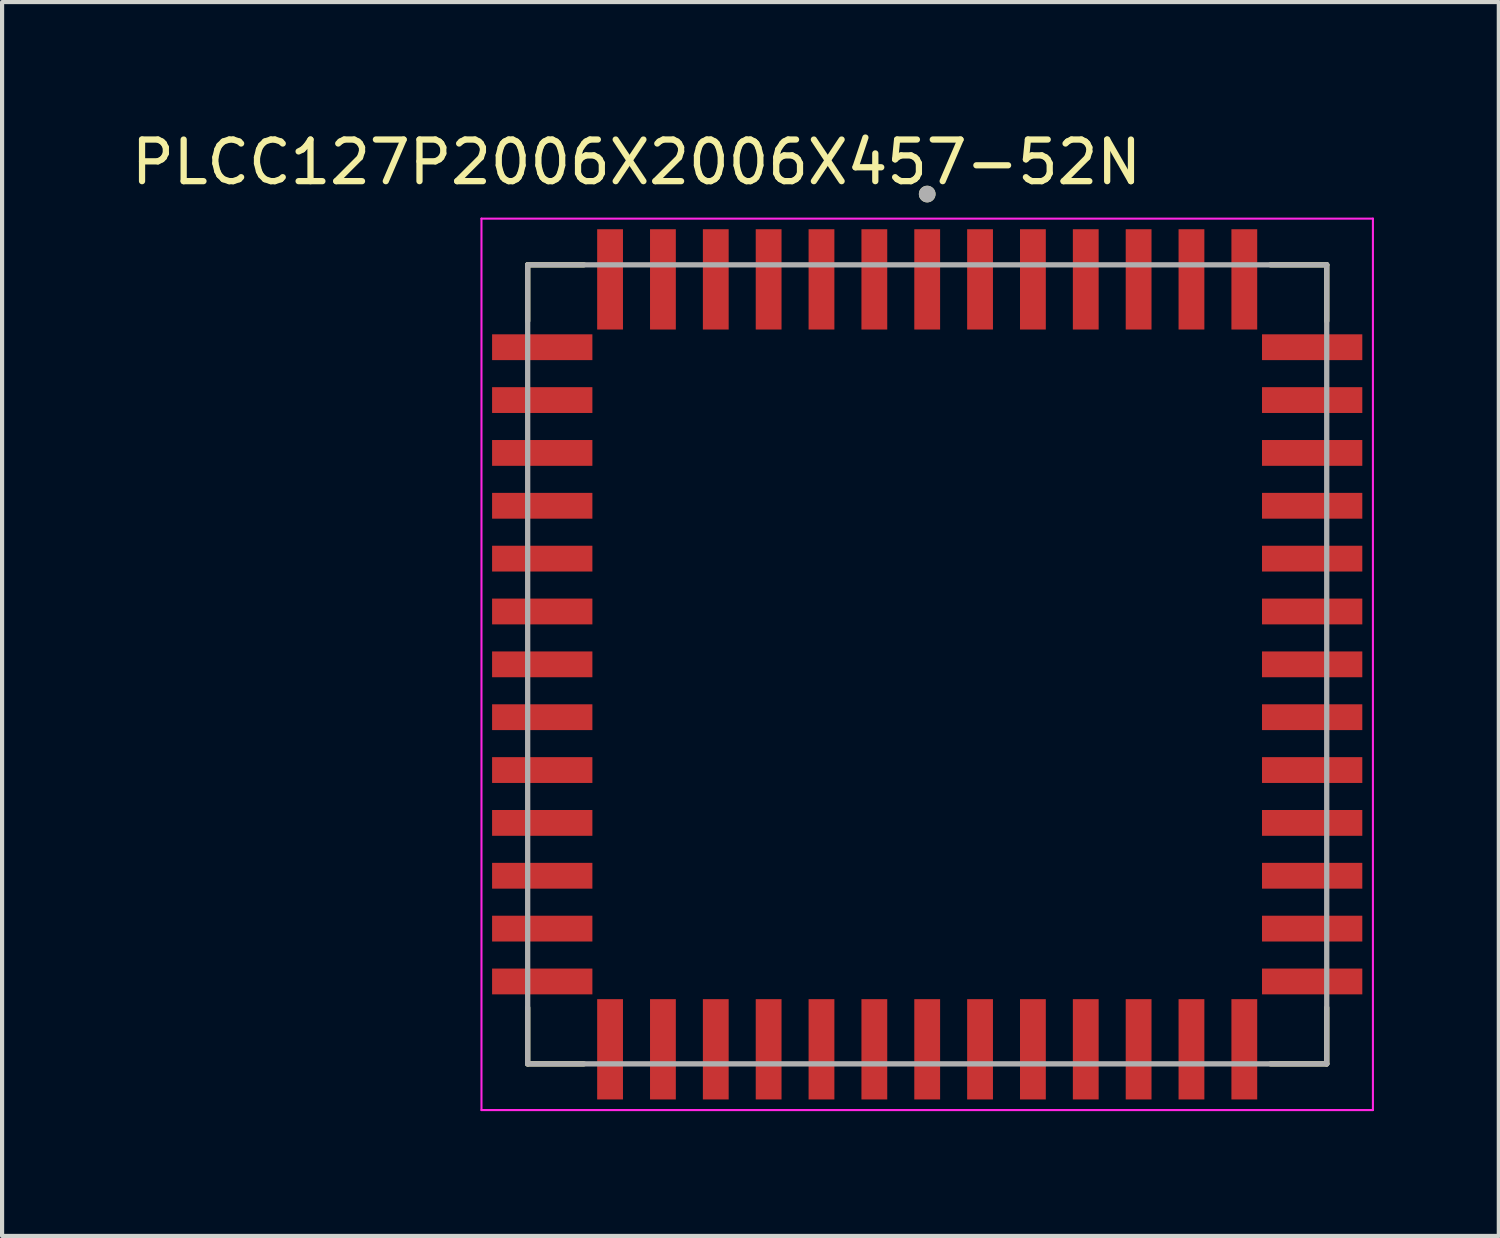
<source format=kicad_pcb>
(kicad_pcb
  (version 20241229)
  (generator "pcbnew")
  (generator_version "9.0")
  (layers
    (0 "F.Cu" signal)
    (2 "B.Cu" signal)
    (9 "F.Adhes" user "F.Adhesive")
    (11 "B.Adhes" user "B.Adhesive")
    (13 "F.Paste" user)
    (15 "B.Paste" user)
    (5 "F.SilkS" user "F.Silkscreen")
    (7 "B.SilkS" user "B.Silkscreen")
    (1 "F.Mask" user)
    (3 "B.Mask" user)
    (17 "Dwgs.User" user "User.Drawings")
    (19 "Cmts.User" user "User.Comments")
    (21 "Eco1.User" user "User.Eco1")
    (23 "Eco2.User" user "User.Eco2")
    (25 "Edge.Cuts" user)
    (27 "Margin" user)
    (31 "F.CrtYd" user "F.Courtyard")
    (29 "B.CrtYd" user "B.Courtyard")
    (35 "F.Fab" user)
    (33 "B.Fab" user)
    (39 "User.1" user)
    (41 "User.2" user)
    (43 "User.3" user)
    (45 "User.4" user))
  (footprint "PLCC127P2006X2006X457-52N"
    (layer "F.Cu")
    (at 19.229 12.913)
    (property "Reference" "PLCC127P2006X2006X457-52N" (at -6.985 -12.065 0) (layer "F.SilkS") (effects (font (size 1 1) (thickness 0.15))))
    (attr smd)
    (fp_line (start -9.6 -9.6) (end -9.6 -8.25) (stroke (width 0.127) (type solid)) (layer "F.SilkS"))
    (fp_line (start -9.6 9.6) (end -9.6 8.25) (stroke (width 0.127) (type solid)) (layer "F.SilkS"))
    (fp_line (start -8.25 -9.6) (end -9.6 -9.6) (stroke (width 0.127) (type solid)) (layer "F.SilkS"))
    (fp_line (start -8.25 9.6) (end -9.6 9.6) (stroke (width 0.127) (type solid)) (layer "F.SilkS"))
    (fp_line (start 8.25 -9.6) (end 9.6 -9.6) (stroke (width 0.127) (type solid)) (layer "F.SilkS"))
    (fp_line (start 8.25 9.6) (end 9.6 9.6) (stroke (width 0.127) (type solid)) (layer "F.SilkS"))
    (fp_line (start 9.6 -9.6) (end 9.6 -8.25) (stroke (width 0.127) (type solid)) (layer "F.SilkS"))
    (fp_line (start 9.6 9.6) (end 9.6 8.25) (stroke (width 0.127) (type solid)) (layer "F.SilkS"))
    (fp_circle (center 0 -11.3) (end 0.1 -11.3) (stroke (width 0.2) (type solid)) (fill no) (layer "F.SilkS"))
    (fp_line (start -10.71 -10.71) (end 10.71 -10.71) (stroke (width 0.05) (type solid)) (layer "F.CrtYd"))
    (fp_line (start -10.71 10.71) (end -10.71 -10.71) (stroke (width 0.05) (type solid)) (layer "F.CrtYd"))
    (fp_line (start 10.71 -10.71) (end 10.71 10.71) (stroke (width 0.05) (type solid)) (layer "F.CrtYd"))
    (fp_line (start 10.71 10.71) (end -10.71 10.71) (stroke (width 0.05) (type solid)) (layer "F.CrtYd"))
    (fp_line (start -9.6 -9.6) (end 9.6 -9.6) (stroke (width 0.127) (type solid)) (layer "F.Fab"))
    (fp_line (start -9.6 9.6) (end -9.6 -9.6) (stroke (width 0.127) (type solid)) (layer "F.Fab"))
    (fp_line (start 9.6 -9.6) (end 9.6 9.6) (stroke (width 0.127) (type solid)) (layer "F.Fab"))
    (fp_line (start 9.6 9.6) (end -9.6 9.6) (stroke (width 0.127) (type solid)) (layer "F.Fab"))
    (fp_circle (center 0 -11.3) (end 0.1 -11.3) (stroke (width 0.2) (type solid)) (fill no) (layer "F.Fab"))
    (pad "1" smd rect (at 0 -9.25) (size 0.62 2.41) (layers "F.Cu" "F.Mask" "F.Paste"))
    (pad "2" smd rect (at -1.27 -9.25) (size 0.62 2.41) (layers "F.Cu" "F.Mask" "F.Paste"))
    (pad "3" smd rect (at -2.54 -9.25) (size 0.62 2.41) (layers "F.Cu" "F.Mask" "F.Paste"))
    (pad "4" smd rect (at -3.81 -9.25) (size 0.62 2.41) (layers "F.Cu" "F.Mask" "F.Paste"))
    (pad "5" smd rect (at -5.08 -9.25) (size 0.62 2.41) (layers "F.Cu" "F.Mask" "F.Paste"))
    (pad "6" smd rect (at -6.35 -9.25) (size 0.62 2.41) (layers "F.Cu" "F.Mask" "F.Paste"))
    (pad "7" smd rect (at -7.62 -9.25) (size 0.62 2.41) (layers "F.Cu" "F.Mask" "F.Paste"))
    (pad "8" smd rect (at -9.25 -7.62) (size 2.41 0.62) (layers "F.Cu" "F.Mask" "F.Paste"))
    (pad "9" smd rect (at -9.25 -6.35) (size 2.41 0.62) (layers "F.Cu" "F.Mask" "F.Paste"))
    (pad "10" smd rect (at -9.25 -5.08) (size 2.41 0.62) (layers "F.Cu" "F.Mask" "F.Paste"))
    (pad "11" smd rect (at -9.25 -3.81) (size 2.41 0.62) (layers "F.Cu" "F.Mask" "F.Paste"))
    (pad "12" smd rect (at -9.25 -2.54) (size 2.41 0.62) (layers "F.Cu" "F.Mask" "F.Paste"))
    (pad "13" smd rect (at -9.25 -1.27) (size 2.41 0.62) (layers "F.Cu" "F.Mask" "F.Paste"))
    (pad "14" smd rect (at -9.25 0) (size 2.41 0.62) (layers "F.Cu" "F.Mask" "F.Paste"))
    (pad "15" smd rect (at -9.25 1.27) (size 2.41 0.62) (layers "F.Cu" "F.Mask" "F.Paste"))
    (pad "16" smd rect (at -9.25 2.54) (size 2.41 0.62) (layers "F.Cu" "F.Mask" "F.Paste"))
    (pad "17" smd rect (at -9.25 3.81) (size 2.41 0.62) (layers "F.Cu" "F.Mask" "F.Paste"))
    (pad "18" smd rect (at -9.25 5.08) (size 2.41 0.62) (layers "F.Cu" "F.Mask" "F.Paste"))
    (pad "19" smd rect (at -9.25 6.35) (size 2.41 0.62) (layers "F.Cu" "F.Mask" "F.Paste"))
    (pad "20" smd rect (at -9.25 7.62) (size 2.41 0.62) (layers "F.Cu" "F.Mask" "F.Paste"))
    (pad "21" smd rect (at -7.62 9.25) (size 0.62 2.41) (layers "F.Cu" "F.Mask" "F.Paste"))
    (pad "22" smd rect (at -6.35 9.25) (size 0.62 2.41) (layers "F.Cu" "F.Mask" "F.Paste"))
    (pad "23" smd rect (at -5.08 9.25) (size 0.62 2.41) (layers "F.Cu" "F.Mask" "F.Paste"))
    (pad "24" smd rect (at -3.81 9.25) (size 0.62 2.41) (layers "F.Cu" "F.Mask" "F.Paste"))
    (pad "25" smd rect (at -2.54 9.25) (size 0.62 2.41) (layers "F.Cu" "F.Mask" "F.Paste"))
    (pad "26" smd rect (at -1.27 9.25) (size 0.62 2.41) (layers "F.Cu" "F.Mask" "F.Paste"))
    (pad "27" smd rect (at 0 9.25) (size 0.62 2.41) (layers "F.Cu" "F.Mask" "F.Paste"))
    (pad "28" smd rect (at 1.27 9.25) (size 0.62 2.41) (layers "F.Cu" "F.Mask" "F.Paste"))
    (pad "29" smd rect (at 2.54 9.25) (size 0.62 2.41) (layers "F.Cu" "F.Mask" "F.Paste"))
    (pad "30" smd rect (at 3.81 9.25) (size 0.62 2.41) (layers "F.Cu" "F.Mask" "F.Paste"))
    (pad "31" smd rect (at 5.08 9.25) (size 0.62 2.41) (layers "F.Cu" "F.Mask" "F.Paste"))
    (pad "32" smd rect (at 6.35 9.25) (size 0.62 2.41) (layers "F.Cu" "F.Mask" "F.Paste"))
    (pad "33" smd rect (at 7.62 9.25) (size 0.62 2.41) (layers "F.Cu" "F.Mask" "F.Paste"))
    (pad "34" smd rect (at 9.25 7.62) (size 2.41 0.62) (layers "F.Cu" "F.Mask" "F.Paste"))
    (pad "35" smd rect (at 9.25 6.35) (size 2.41 0.62) (layers "F.Cu" "F.Mask" "F.Paste"))
    (pad "36" smd rect (at 9.25 5.08) (size 2.41 0.62) (layers "F.Cu" "F.Mask" "F.Paste"))
    (pad "37" smd rect (at 9.25 3.81) (size 2.41 0.62) (layers "F.Cu" "F.Mask" "F.Paste"))
    (pad "38" smd rect (at 9.25 2.54) (size 2.41 0.62) (layers "F.Cu" "F.Mask" "F.Paste"))
    (pad "39" smd rect (at 9.25 1.27) (size 2.41 0.62) (layers "F.Cu" "F.Mask" "F.Paste"))
    (pad "40" smd rect (at 9.25 0) (size 2.41 0.62) (layers "F.Cu" "F.Mask" "F.Paste"))
    (pad "41" smd rect (at 9.25 -1.27) (size 2.41 0.62) (layers "F.Cu" "F.Mask" "F.Paste"))
    (pad "42" smd rect (at 9.25 -2.54) (size 2.41 0.62) (layers "F.Cu" "F.Mask" "F.Paste"))
    (pad "43" smd rect (at 9.25 -3.81) (size 2.41 0.62) (layers "F.Cu" "F.Mask" "F.Paste"))
    (pad "44" smd rect (at 9.25 -5.08) (size 2.41 0.62) (layers "F.Cu" "F.Mask" "F.Paste"))
    (pad "45" smd rect (at 9.25 -6.35) (size 2.41 0.62) (layers "F.Cu" "F.Mask" "F.Paste"))
    (pad "46" smd rect (at 9.25 -7.62) (size 2.41 0.62) (layers "F.Cu" "F.Mask" "F.Paste"))
    (pad "47" smd rect (at 7.62 -9.25) (size 0.62 2.41) (layers "F.Cu" "F.Mask" "F.Paste"))
    (pad "48" smd rect (at 6.35 -9.25) (size 0.62 2.41) (layers "F.Cu" "F.Mask" "F.Paste"))
    (pad "49" smd rect (at 5.08 -9.25) (size 0.62 2.41) (layers "F.Cu" "F.Mask" "F.Paste"))
    (pad "50" smd rect (at 3.81 -9.25) (size 0.62 2.41) (layers "F.Cu" "F.Mask" "F.Paste"))
    (pad "51" smd rect (at 2.54 -9.25) (size 0.62 2.41) (layers "F.Cu" "F.Mask" "F.Paste"))
    (pad "52" smd rect (at 1.27 -9.25) (size 0.62 2.41) (layers "F.Cu" "F.Mask" "F.Paste")))
  (gr_rect
    (start -3 -3)
    (end 32.964 26.648)
    (stroke (width 0.1) (type default))
    (fill no)
    (layer "Edge.Cuts")))
</source>
